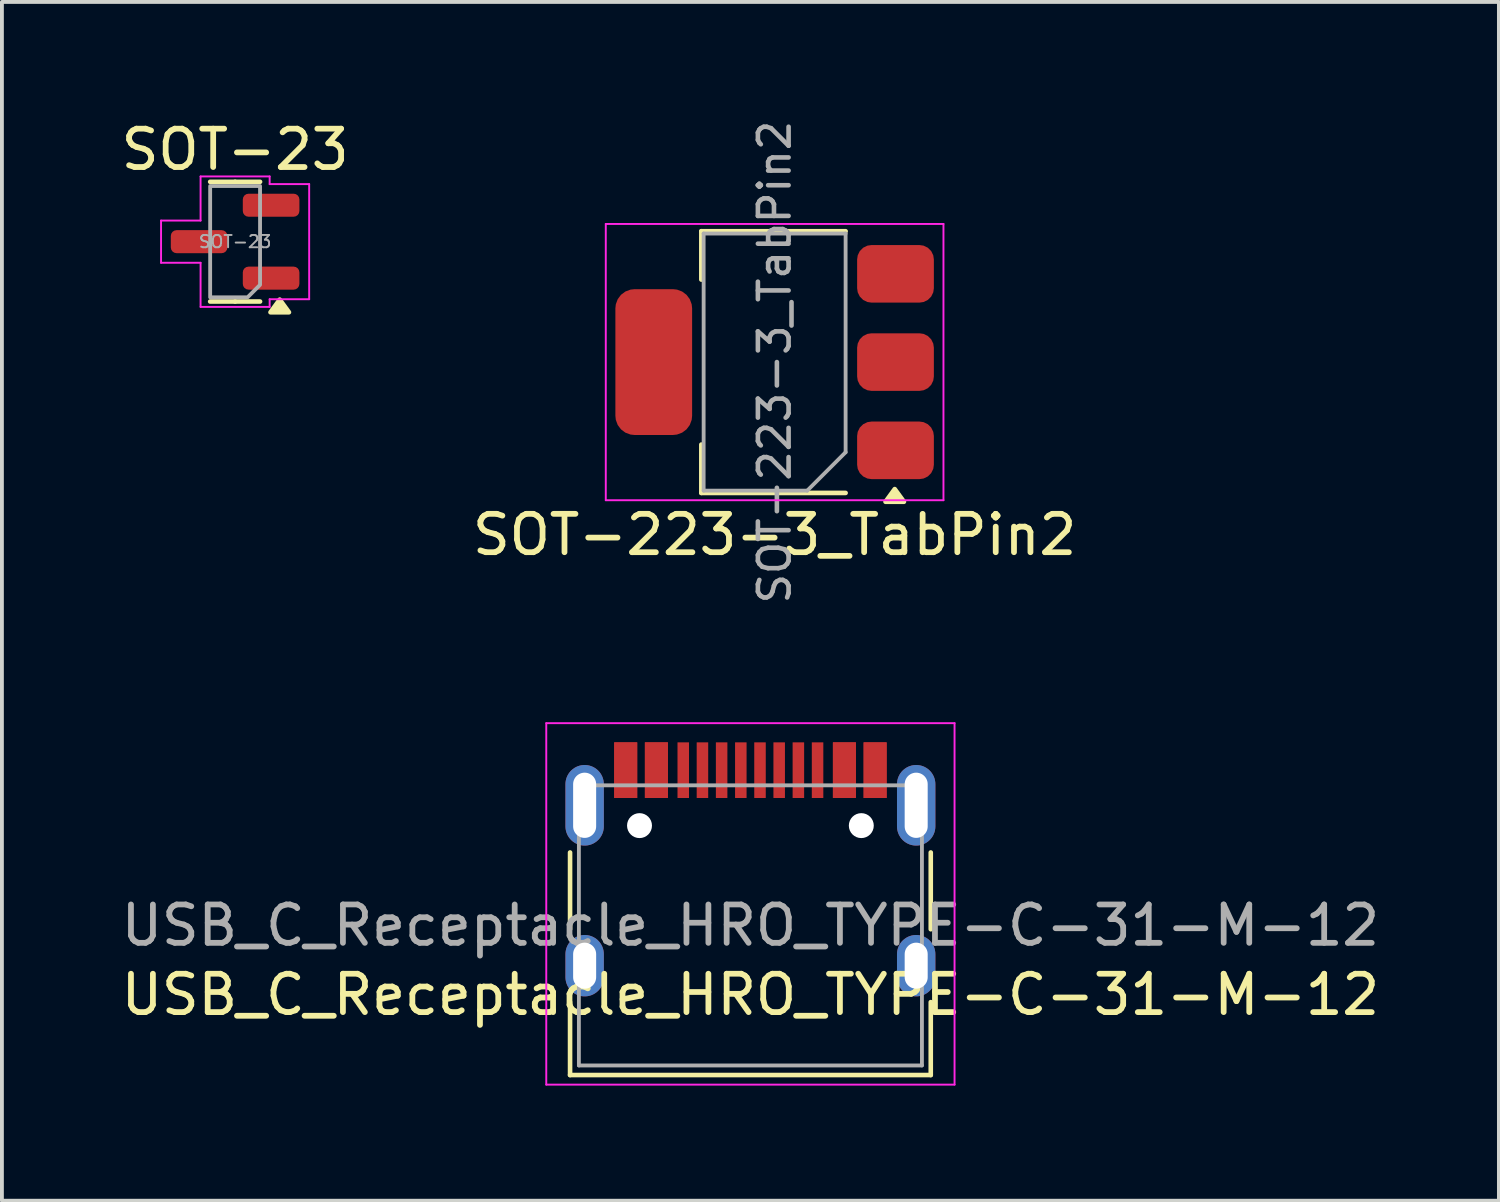
<source format=kicad_pcb>
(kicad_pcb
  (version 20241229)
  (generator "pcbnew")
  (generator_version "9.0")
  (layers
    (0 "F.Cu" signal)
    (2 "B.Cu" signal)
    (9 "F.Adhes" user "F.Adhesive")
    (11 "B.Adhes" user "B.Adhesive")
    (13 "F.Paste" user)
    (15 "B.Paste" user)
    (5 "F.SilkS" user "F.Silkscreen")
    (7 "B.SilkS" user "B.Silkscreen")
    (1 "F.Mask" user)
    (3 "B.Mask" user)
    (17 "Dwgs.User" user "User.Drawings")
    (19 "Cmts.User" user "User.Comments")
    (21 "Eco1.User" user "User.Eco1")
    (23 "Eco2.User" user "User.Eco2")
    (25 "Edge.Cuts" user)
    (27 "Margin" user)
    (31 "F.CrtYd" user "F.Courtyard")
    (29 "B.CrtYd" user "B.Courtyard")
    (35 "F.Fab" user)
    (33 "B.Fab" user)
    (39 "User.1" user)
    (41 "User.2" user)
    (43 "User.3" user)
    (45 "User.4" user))
  (footprint "SOT-223-3_TabPin2"
    (layer "F.Cu")
    (at 17.137 6.386)
    (property "Reference" "SOT-223-3_TabPin2" (at 0 4.5 180) (layer "F.SilkS") (effects (font (size 1 1) (thickness 0.15))))
    (attr smd)
    (fp_line (start -1.91 -3.41) (end -1.91 -2.15) (stroke (width 0.12) (type solid)) (layer "F.SilkS"))
    (fp_line (start -1.91 3.41) (end -1.91 2.15) (stroke (width 0.12) (type solid)) (layer "F.SilkS"))
    (fp_line (start 1.85 -3.41) (end -1.91 -3.41) (stroke (width 0.12) (type solid)) (layer "F.SilkS"))
    (fp_line (start 1.85 3.41) (end -1.91 3.41) (stroke (width 0.12) (type solid)) (layer "F.SilkS"))
    (fp_poly (pts (xy 3.13 3.31) (xy 3.37 3.64) (xy 2.89 3.64) (xy 3.13 3.31)) (stroke (width 0.12) (type solid)) (fill yes) (layer "F.SilkS"))
    (fp_line (start -4.4 -3.6) (end -4.4 3.6) (stroke (width 0.05) (type solid)) (layer "F.CrtYd"))
    (fp_line (start -4.4 3.6) (end 4.4 3.6) (stroke (width 0.05) (type solid)) (layer "F.CrtYd"))
    (fp_line (start 4.4 -3.6) (end -4.4 -3.6) (stroke (width 0.05) (type solid)) (layer "F.CrtYd"))
    (fp_line (start 4.4 3.6) (end 4.4 -3.6) (stroke (width 0.05) (type solid)) (layer "F.CrtYd"))
    (fp_line (start -1.85 3.35) (end -1.85 -3.35) (stroke (width 0.1) (type solid)) (layer "F.Fab"))
    (fp_line (start 0.85 3.35) (end -1.85 3.35) (stroke (width 0.1) (type solid)) (layer "F.Fab"))
    (fp_line (start 1.85 -3.35) (end -1.85 -3.35) (stroke (width 0.1) (type solid)) (layer "F.Fab"))
    (fp_line (start 1.85 2.35) (end 0.85 3.35) (stroke (width 0.1) (type solid)) (layer "F.Fab"))
    (fp_line (start 1.85 2.35) (end 1.85 -3.35) (stroke (width 0.1) (type solid)) (layer "F.Fab"))
    (fp_text user "${REFERENCE}" (at 0 0 270) (layer "F.Fab") (effects (font (size 0.8 0.8) (thickness 0.12))))
    (pad "1" smd roundrect (at 3.15 2.3 180) (size 2 1.5) (layers "F.Cu" "F.Mask" "F.Paste") (roundrect_rratio 0.25))
    (pad "2" smd roundrect (at -3.15 0 180) (size 2 3.8) (layers "F.Cu" "F.Mask" "F.Paste") (roundrect_rratio 0.25))
    (pad "2" smd roundrect (at 3.15 0 180) (size 2 1.5) (layers "F.Cu" "F.Mask" "F.Paste") (roundrect_rratio 0.25))
    (pad "3" smd roundrect (at 3.15 -2.3 180) (size 2 1.5) (layers "F.Cu" "F.Mask" "F.Paste") (roundrect_rratio 0.25)))
  (footprint "USB_C_Receptacle_HRO_TYPE-C-31-M-12"
    (layer "F.Cu")
    (at 16.506 21.066)
    (property "Reference" "USB_C_Receptacle_HRO_TYPE-C-31-M-12" (at 0 1.805 0) (layer "F.SilkS") (effects (font (size 1 1) (thickness 0.15))))
    (attr through_hole)
    (fp_line (start -4.7 -1.9) (end -4.7 0.1) (stroke (width 0.12) (type solid)) (layer "F.SilkS"))
    (fp_line (start -4.7 2) (end -4.7 3.9) (stroke (width 0.12) (type solid)) (layer "F.SilkS"))
    (fp_line (start -4.7 3.9) (end 4.7 3.9) (stroke (width 0.12) (type solid)) (layer "F.SilkS"))
    (fp_line (start 4.7 -1.9) (end 4.7 0.1) (stroke (width 0.12) (type solid)) (layer "F.SilkS"))
    (fp_line (start 4.7 2) (end 4.7 3.9) (stroke (width 0.12) (type solid)) (layer "F.SilkS"))
    (fp_line (start -5.32 -5.27) (end -5.32 4.15) (stroke (width 0.05) (type solid)) (layer "F.CrtYd"))
    (fp_line (start -5.32 -5.27) (end 5.32 -5.27) (stroke (width 0.05) (type solid)) (layer "F.CrtYd"))
    (fp_line (start -5.32 4.15) (end 5.32 4.15) (stroke (width 0.05) (type solid)) (layer "F.CrtYd"))
    (fp_line (start 5.32 -5.27) (end 5.32 4.15) (stroke (width 0.05) (type solid)) (layer "F.CrtYd"))
    (fp_line (start -4.47 -3.65) (end -4.47 3.65) (stroke (width 0.1) (type solid)) (layer "F.Fab"))
    (fp_line (start -4.47 -3.65) (end 4.47 -3.65) (stroke (width 0.1) (type solid)) (layer "F.Fab"))
    (fp_line (start -4.47 3.65) (end 4.47 3.65) (stroke (width 0.1) (type solid)) (layer "F.Fab"))
    (fp_line (start 4.47 -3.65) (end 4.47 3.65) (stroke (width 0.1) (type solid)) (layer "F.Fab"))
    (fp_text user "${REFERENCE}" (at 0 0 0) (layer "F.Fab") (effects (font (size 1 1) (thickness 0.15))))
    (pad "" np_thru_hole circle (at -2.89 -2.6) (size 0.65 0.65) (drill 0.65) (layers "*.Cu" "*.Mask"))
    (pad "" np_thru_hole circle (at 2.89 -2.6) (size 0.65 0.65) (drill 0.65) (layers "*.Cu" "*.Mask"))
    (pad "A1" smd rect (at -3.25 -4.045) (size 0.6 1.45) (layers "F.Cu" "F.Mask" "F.Paste"))
    (pad "A4" smd rect (at -2.45 -4.045) (size 0.6 1.45) (layers "F.Cu" "F.Mask" "F.Paste"))
    (pad "A5" smd rect (at -1.25 -4.045) (size 0.3 1.45) (layers "F.Cu" "F.Mask" "F.Paste"))
    (pad "A6" smd rect (at -0.25 -4.045) (size 0.3 1.45) (layers "F.Cu" "F.Mask" "F.Paste"))
    (pad "A7" smd rect (at 0.25 -4.045) (size 0.3 1.45) (layers "F.Cu" "F.Mask" "F.Paste"))
    (pad "A8" smd rect (at 1.25 -4.045) (size 0.3 1.45) (layers "F.Cu" "F.Mask" "F.Paste"))
    (pad "A9" smd rect (at 2.45 -4.045) (size 0.6 1.45) (layers "F.Cu" "F.Mask" "F.Paste"))
    (pad "A12" smd rect (at 3.25 -4.045) (size 0.6 1.45) (layers "F.Cu" "F.Mask" "F.Paste"))
    (pad "B1" smd rect (at 3.25 -4.045) (size 0.6 1.45) (layers "F.Cu" "F.Mask" "F.Paste"))
    (pad "B4" smd rect (at 2.45 -4.045) (size 0.6 1.45) (layers "F.Cu" "F.Mask" "F.Paste"))
    (pad "B5" smd rect (at 1.75 -4.045) (size 0.3 1.45) (layers "F.Cu" "F.Mask" "F.Paste"))
    (pad "B6" smd rect (at 0.75 -4.045) (size 0.3 1.45) (layers "F.Cu" "F.Mask" "F.Paste"))
    (pad "B7" smd rect (at -0.75 -4.045) (size 0.3 1.45) (layers "F.Cu" "F.Mask" "F.Paste"))
    (pad "B8" smd rect (at -1.75 -4.045) (size 0.3 1.45) (layers "F.Cu" "F.Mask" "F.Paste"))
    (pad "B9" smd rect (at -2.45 -4.045) (size 0.6 1.45) (layers "F.Cu" "F.Mask" "F.Paste"))
    (pad "B12" smd rect (at -3.25 -4.045) (size 0.6 1.45) (layers "F.Cu" "F.Mask" "F.Paste"))
    (pad "S1" thru_hole oval (at -4.32 -3.13) (size 1 2.1) (drill oval 0.6 1.7) (layers "*.Cu" "*.Mask"))
    (pad "S1" thru_hole oval (at -4.32 1.05) (size 1 1.6) (drill oval 0.6 1.2) (layers "*.Cu" "*.Mask"))
    (pad "S1" thru_hole oval (at 4.32 -3.13) (size 1 2.1) (drill oval 0.6 1.7) (layers "*.Cu" "*.Mask"))
    (pad "S1" thru_hole oval (at 4.32 1.05) (size 1 1.6) (drill oval 0.6 1.2) (layers "*.Cu" "*.Mask")))
  (footprint "SOT-23"
    (layer "F.Cu")
    (at 3.077 3.248)
    (property "Reference" "SOT-23" (at 0 -2.4 0) (layer "F.SilkS") (effects (font (size 1 1) (thickness 0.15))))
    (attr smd)
    (fp_line (start 0 -1.56) (end -0.65 -1.56) (stroke (width 0.12) (type solid)) (layer "F.SilkS"))
    (fp_line (start 0 -1.56) (end 0.65 -1.56) (stroke (width 0.12) (type solid)) (layer "F.SilkS"))
    (fp_line (start 0 1.56) (end -0.65 1.56) (stroke (width 0.12) (type solid)) (layer "F.SilkS"))
    (fp_line (start 0 1.56) (end 0.65 1.56) (stroke (width 0.12) (type solid)) (layer "F.SilkS"))
    (fp_poly (pts (xy 1.163 1.51) (xy 1.403 1.84) (xy 0.922 1.84)) (stroke (width 0.12) (type solid)) (fill yes) (layer "F.SilkS"))
    (fp_line (start -1.93 -0.55) (end -0.9 -0.55) (stroke (width 0.05) (type solid)) (layer "F.CrtYd"))
    (fp_line (start -1.93 0.55) (end -1.93 -0.55) (stroke (width 0.05) (type solid)) (layer "F.CrtYd"))
    (fp_line (start -0.9 -1.7) (end 0.9 -1.7) (stroke (width 0.05) (type solid)) (layer "F.CrtYd"))
    (fp_line (start -0.9 -0.55) (end -0.9 -1.7) (stroke (width 0.05) (type solid)) (layer "F.CrtYd"))
    (fp_line (start -0.9 0.55) (end -1.93 0.55) (stroke (width 0.05) (type solid)) (layer "F.CrtYd"))
    (fp_line (start -0.9 1.7) (end -0.9 0.55) (stroke (width 0.05) (type solid)) (layer "F.CrtYd"))
    (fp_line (start 0.9 -1.7) (end 0.9 -1.5) (stroke (width 0.05) (type solid)) (layer "F.CrtYd"))
    (fp_line (start 0.9 -1.5) (end 1.93 -1.5) (stroke (width 0.05) (type solid)) (layer "F.CrtYd"))
    (fp_line (start 0.9 1.5) (end 0.9 1.7) (stroke (width 0.05) (type solid)) (layer "F.CrtYd"))
    (fp_line (start 0.9 1.7) (end -0.9 1.7) (stroke (width 0.05) (type solid)) (layer "F.CrtYd"))
    (fp_line (start 1.93 -1.5) (end 1.93 1.5) (stroke (width 0.05) (type solid)) (layer "F.CrtYd"))
    (fp_line (start 1.93 1.5) (end 0.9 1.5) (stroke (width 0.05) (type solid)) (layer "F.CrtYd"))
    (fp_poly (pts (xy 0.65 1.125) (xy 0.65 -1.45) (xy -0.65 -1.45) (xy -0.65 1.45) (xy 0.325 1.45)) (stroke (width 0.1) (type solid)) (fill no) (layer "F.Fab"))
    (fp_text user "${REFERENCE}" (at 0 0 180) (layer "F.Fab") (effects (font (size 0.32 0.32) (thickness 0.05))))
    (pad "B" smd roundrect (at 0.938 0.95 180) (size 1.475 0.6) (layers "F.Cu" "F.Mask" "F.Paste") (roundrect_rratio 0.25))
    (pad "C" smd roundrect (at -0.938 0 180) (size 1.475 0.6) (layers "F.Cu" "F.Mask" "F.Paste") (roundrect_rratio 0.25))
    (pad "E" smd roundrect (at 0.938 -0.95 180) (size 1.475 0.6) (layers "F.Cu" "F.Mask" "F.Paste") (roundrect_rratio 0.25)))
  (gr_rect
    (start -3 -3)
    (end 36.012 28.241)
    (stroke (width 0.1) (type default))
    (fill no)
    (layer "Edge.Cuts")))
</source>
